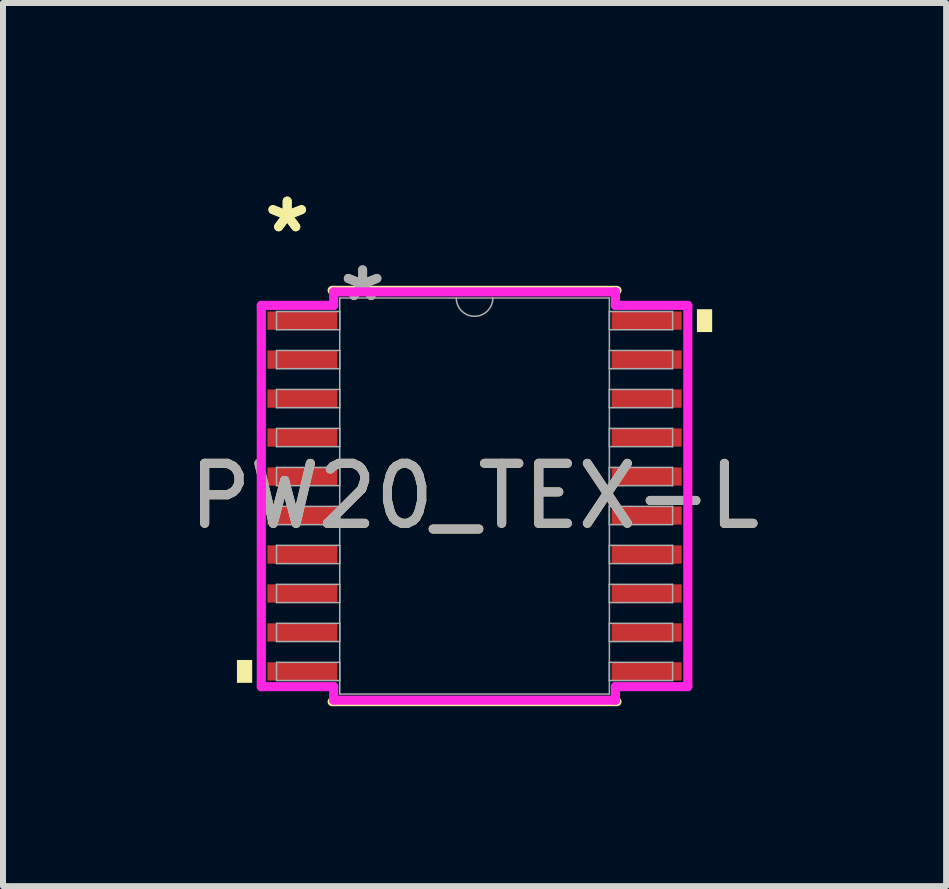
<source format=kicad_pcb>
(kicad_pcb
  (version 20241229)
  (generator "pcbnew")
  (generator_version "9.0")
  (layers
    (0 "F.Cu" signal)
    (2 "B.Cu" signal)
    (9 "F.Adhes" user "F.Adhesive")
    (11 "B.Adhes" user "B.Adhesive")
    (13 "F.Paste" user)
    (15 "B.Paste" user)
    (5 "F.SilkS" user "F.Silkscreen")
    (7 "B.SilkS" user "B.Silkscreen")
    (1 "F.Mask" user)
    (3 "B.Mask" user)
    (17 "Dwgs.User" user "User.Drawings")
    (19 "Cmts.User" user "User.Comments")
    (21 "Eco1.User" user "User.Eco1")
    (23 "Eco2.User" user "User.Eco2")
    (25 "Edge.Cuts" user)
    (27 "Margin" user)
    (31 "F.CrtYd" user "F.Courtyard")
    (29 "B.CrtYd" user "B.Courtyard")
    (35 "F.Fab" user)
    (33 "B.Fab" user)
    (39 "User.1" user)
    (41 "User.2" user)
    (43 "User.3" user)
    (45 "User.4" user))
  (footprint "PW20_TEX-L"
    (layer "F.Cu")
    (at 4.863 5.221)
    (property "Reference" "PW20_TEX-L" (at 0 0 0) (unlocked yes) (layer "F.SilkS") (effects (font (size 1 1) (thickness 0.15))))
    (attr smd)
    (fp_line (start -2.375 3.429) (end 2.375 3.429) (stroke (width 0.152) (type solid)) (layer "F.SilkS"))
    (fp_line (start 2.375 -3.429) (end -2.375 -3.429) (stroke (width 0.152) (type solid)) (layer "F.SilkS"))
    (fp_poly (pts (xy -3.962 2.734) (xy -3.962 3.115) (xy -3.708 3.115) (xy -3.708 2.734)) (stroke (width 0) (type solid)) (fill yes) (layer "F.SilkS"))
    (fp_poly (pts (xy 3.962 -3.115) (xy 3.962 -2.734) (xy 3.708 -2.734) (xy 3.708 -3.115)) (stroke (width 0) (type solid)) (fill yes) (layer "F.SilkS"))
    (fp_line (start -3.556 -3.179) (end -2.349 -3.179) (stroke (width 0.152) (type solid)) (layer "F.CrtYd"))
    (fp_line (start -3.556 3.179) (end -3.556 -3.179) (stroke (width 0.152) (type solid)) (layer "F.CrtYd"))
    (fp_line (start -3.556 3.179) (end -2.349 3.179) (stroke (width 0.152) (type solid)) (layer "F.CrtYd"))
    (fp_line (start -2.349 -3.404) (end 2.349 -3.404) (stroke (width 0.152) (type solid)) (layer "F.CrtYd"))
    (fp_line (start -2.349 -3.179) (end -2.349 -3.404) (stroke (width 0.152) (type solid)) (layer "F.CrtYd"))
    (fp_line (start -2.349 3.404) (end -2.349 3.179) (stroke (width 0.152) (type solid)) (layer "F.CrtYd"))
    (fp_line (start 2.349 -3.404) (end 2.349 -3.179) (stroke (width 0.152) (type solid)) (layer "F.CrtYd"))
    (fp_line (start 2.349 3.179) (end 2.349 3.404) (stroke (width 0.152) (type solid)) (layer "F.CrtYd"))
    (fp_line (start 2.349 3.404) (end -2.349 3.404) (stroke (width 0.152) (type solid)) (layer "F.CrtYd"))
    (fp_line (start 3.556 -3.179) (end 2.349 -3.179) (stroke (width 0.152) (type solid)) (layer "F.CrtYd"))
    (fp_line (start 3.556 -3.179) (end 3.556 3.179) (stroke (width 0.152) (type solid)) (layer "F.CrtYd"))
    (fp_line (start 3.556 3.179) (end 2.349 3.179) (stroke (width 0.152) (type solid)) (layer "F.CrtYd"))
    (fp_line (start -3.302 -3.077) (end -3.302 -2.773) (stroke (width 0.025) (type solid)) (layer "F.Fab"))
    (fp_line (start -3.302 -2.773) (end -2.248 -2.773) (stroke (width 0.025) (type solid)) (layer "F.Fab"))
    (fp_line (start -3.302 -2.427) (end -3.302 -2.123) (stroke (width 0.025) (type solid)) (layer "F.Fab"))
    (fp_line (start -3.302 -2.123) (end -2.248 -2.123) (stroke (width 0.025) (type solid)) (layer "F.Fab"))
    (fp_line (start -3.302 -1.777) (end -3.302 -1.473) (stroke (width 0.025) (type solid)) (layer "F.Fab"))
    (fp_line (start -3.302 -1.473) (end -2.248 -1.473) (stroke (width 0.025) (type solid)) (layer "F.Fab"))
    (fp_line (start -3.302 -1.127) (end -3.302 -0.823) (stroke (width 0.025) (type solid)) (layer "F.Fab"))
    (fp_line (start -3.302 -0.823) (end -2.248 -0.823) (stroke (width 0.025) (type solid)) (layer "F.Fab"))
    (fp_line (start -3.302 -0.477) (end -3.302 -0.173) (stroke (width 0.025) (type solid)) (layer "F.Fab"))
    (fp_line (start -3.302 -0.173) (end -2.248 -0.173) (stroke (width 0.025) (type solid)) (layer "F.Fab"))
    (fp_line (start -3.302 0.173) (end -3.302 0.477) (stroke (width 0.025) (type solid)) (layer "F.Fab"))
    (fp_line (start -3.302 0.477) (end -2.248 0.477) (stroke (width 0.025) (type solid)) (layer "F.Fab"))
    (fp_line (start -3.302 0.823) (end -3.302 1.127) (stroke (width 0.025) (type solid)) (layer "F.Fab"))
    (fp_line (start -3.302 1.127) (end -2.248 1.127) (stroke (width 0.025) (type solid)) (layer "F.Fab"))
    (fp_line (start -3.302 1.473) (end -3.302 1.777) (stroke (width 0.025) (type solid)) (layer "F.Fab"))
    (fp_line (start -3.302 1.777) (end -2.248 1.777) (stroke (width 0.025) (type solid)) (layer "F.Fab"))
    (fp_line (start -3.302 2.123) (end -3.302 2.427) (stroke (width 0.025) (type solid)) (layer "F.Fab"))
    (fp_line (start -3.302 2.427) (end -2.248 2.427) (stroke (width 0.025) (type solid)) (layer "F.Fab"))
    (fp_line (start -3.302 2.773) (end -3.302 3.077) (stroke (width 0.025) (type solid)) (layer "F.Fab"))
    (fp_line (start -3.302 3.077) (end -2.248 3.077) (stroke (width 0.025) (type solid)) (layer "F.Fab"))
    (fp_line (start -2.248 -3.302) (end -2.248 3.302) (stroke (width 0.025) (type solid)) (layer "F.Fab"))
    (fp_line (start -2.248 -3.077) (end -3.302 -3.077) (stroke (width 0.025) (type solid)) (layer "F.Fab"))
    (fp_line (start -2.248 -2.773) (end -2.248 -3.077) (stroke (width 0.025) (type solid)) (layer "F.Fab"))
    (fp_line (start -2.248 -2.427) (end -3.302 -2.427) (stroke (width 0.025) (type solid)) (layer "F.Fab"))
    (fp_line (start -2.248 -2.123) (end -2.248 -2.427) (stroke (width 0.025) (type solid)) (layer "F.Fab"))
    (fp_line (start -2.248 -1.777) (end -3.302 -1.777) (stroke (width 0.025) (type solid)) (layer "F.Fab"))
    (fp_line (start -2.248 -1.473) (end -2.248 -1.777) (stroke (width 0.025) (type solid)) (layer "F.Fab"))
    (fp_line (start -2.248 -1.127) (end -3.302 -1.127) (stroke (width 0.025) (type solid)) (layer "F.Fab"))
    (fp_line (start -2.248 -0.823) (end -2.248 -1.127) (stroke (width 0.025) (type solid)) (layer "F.Fab"))
    (fp_line (start -2.248 -0.477) (end -3.302 -0.477) (stroke (width 0.025) (type solid)) (layer "F.Fab"))
    (fp_line (start -2.248 -0.173) (end -2.248 -0.477) (stroke (width 0.025) (type solid)) (layer "F.Fab"))
    (fp_line (start -2.248 0.173) (end -3.302 0.173) (stroke (width 0.025) (type solid)) (layer "F.Fab"))
    (fp_line (start -2.248 0.477) (end -2.248 0.173) (stroke (width 0.025) (type solid)) (layer "F.Fab"))
    (fp_line (start -2.248 0.823) (end -3.302 0.823) (stroke (width 0.025) (type solid)) (layer "F.Fab"))
    (fp_line (start -2.248 1.127) (end -2.248 0.823) (stroke (width 0.025) (type solid)) (layer "F.Fab"))
    (fp_line (start -2.248 1.473) (end -3.302 1.473) (stroke (width 0.025) (type solid)) (layer "F.Fab"))
    (fp_line (start -2.248 1.777) (end -2.248 1.473) (stroke (width 0.025) (type solid)) (layer "F.Fab"))
    (fp_line (start -2.248 2.123) (end -3.302 2.123) (stroke (width 0.025) (type solid)) (layer "F.Fab"))
    (fp_line (start -2.248 2.427) (end -2.248 2.123) (stroke (width 0.025) (type solid)) (layer "F.Fab"))
    (fp_line (start -2.248 2.773) (end -3.302 2.773) (stroke (width 0.025) (type solid)) (layer "F.Fab"))
    (fp_line (start -2.248 3.077) (end -2.248 2.773) (stroke (width 0.025) (type solid)) (layer "F.Fab"))
    (fp_line (start -2.248 3.302) (end 2.248 3.302) (stroke (width 0.025) (type solid)) (layer "F.Fab"))
    (fp_line (start 2.248 -3.302) (end -2.248 -3.302) (stroke (width 0.025) (type solid)) (layer "F.Fab"))
    (fp_line (start 2.248 -3.077) (end 2.248 -2.773) (stroke (width 0.025) (type solid)) (layer "F.Fab"))
    (fp_line (start 2.248 -2.773) (end 3.302 -2.773) (stroke (width 0.025) (type solid)) (layer "F.Fab"))
    (fp_line (start 2.248 -2.427) (end 2.248 -2.123) (stroke (width 0.025) (type solid)) (layer "F.Fab"))
    (fp_line (start 2.248 -2.123) (end 3.302 -2.123) (stroke (width 0.025) (type solid)) (layer "F.Fab"))
    (fp_line (start 2.248 -1.777) (end 2.248 -1.473) (stroke (width 0.025) (type solid)) (layer "F.Fab"))
    (fp_line (start 2.248 -1.473) (end 3.302 -1.473) (stroke (width 0.025) (type solid)) (layer "F.Fab"))
    (fp_line (start 2.248 -1.127) (end 2.248 -0.823) (stroke (width 0.025) (type solid)) (layer "F.Fab"))
    (fp_line (start 2.248 -0.823) (end 3.302 -0.823) (stroke (width 0.025) (type solid)) (layer "F.Fab"))
    (fp_line (start 2.248 -0.477) (end 2.248 -0.173) (stroke (width 0.025) (type solid)) (layer "F.Fab"))
    (fp_line (start 2.248 -0.173) (end 3.302 -0.173) (stroke (width 0.025) (type solid)) (layer "F.Fab"))
    (fp_line (start 2.248 0.173) (end 2.248 0.477) (stroke (width 0.025) (type solid)) (layer "F.Fab"))
    (fp_line (start 2.248 0.477) (end 3.302 0.477) (stroke (width 0.025) (type solid)) (layer "F.Fab"))
    (fp_line (start 2.248 0.823) (end 2.248 1.127) (stroke (width 0.025) (type solid)) (layer "F.Fab"))
    (fp_line (start 2.248 1.127) (end 3.302 1.127) (stroke (width 0.025) (type solid)) (layer "F.Fab"))
    (fp_line (start 2.248 1.473) (end 2.248 1.777) (stroke (width 0.025) (type solid)) (layer "F.Fab"))
    (fp_line (start 2.248 1.777) (end 3.302 1.777) (stroke (width 0.025) (type solid)) (layer "F.Fab"))
    (fp_line (start 2.248 2.123) (end 2.248 2.427) (stroke (width 0.025) (type solid)) (layer "F.Fab"))
    (fp_line (start 2.248 2.427) (end 3.302 2.427) (stroke (width 0.025) (type solid)) (layer "F.Fab"))
    (fp_line (start 2.248 2.773) (end 2.248 3.077) (stroke (width 0.025) (type solid)) (layer "F.Fab"))
    (fp_line (start 2.248 3.077) (end 3.302 3.077) (stroke (width 0.025) (type solid)) (layer "F.Fab"))
    (fp_line (start 2.248 3.302) (end 2.248 -3.302) (stroke (width 0.025) (type solid)) (layer "F.Fab"))
    (fp_line (start 3.302 -3.077) (end 2.248 -3.077) (stroke (width 0.025) (type solid)) (layer "F.Fab"))
    (fp_line (start 3.302 -2.773) (end 3.302 -3.077) (stroke (width 0.025) (type solid)) (layer "F.Fab"))
    (fp_line (start 3.302 -2.427) (end 2.248 -2.427) (stroke (width 0.025) (type solid)) (layer "F.Fab"))
    (fp_line (start 3.302 -2.123) (end 3.302 -2.427) (stroke (width 0.025) (type solid)) (layer "F.Fab"))
    (fp_line (start 3.302 -1.777) (end 2.248 -1.777) (stroke (width 0.025) (type solid)) (layer "F.Fab"))
    (fp_line (start 3.302 -1.473) (end 3.302 -1.777) (stroke (width 0.025) (type solid)) (layer "F.Fab"))
    (fp_line (start 3.302 -1.127) (end 2.248 -1.127) (stroke (width 0.025) (type solid)) (layer "F.Fab"))
    (fp_line (start 3.302 -0.823) (end 3.302 -1.127) (stroke (width 0.025) (type solid)) (layer "F.Fab"))
    (fp_line (start 3.302 -0.477) (end 2.248 -0.477) (stroke (width 0.025) (type solid)) (layer "F.Fab"))
    (fp_line (start 3.302 -0.173) (end 3.302 -0.477) (stroke (width 0.025) (type solid)) (layer "F.Fab"))
    (fp_line (start 3.302 0.173) (end 2.248 0.173) (stroke (width 0.025) (type solid)) (layer "F.Fab"))
    (fp_line (start 3.302 0.477) (end 3.302 0.173) (stroke (width 0.025) (type solid)) (layer "F.Fab"))
    (fp_line (start 3.302 0.823) (end 2.248 0.823) (stroke (width 0.025) (type solid)) (layer "F.Fab"))
    (fp_line (start 3.302 1.127) (end 3.302 0.823) (stroke (width 0.025) (type solid)) (layer "F.Fab"))
    (fp_line (start 3.302 1.473) (end 2.248 1.473) (stroke (width 0.025) (type solid)) (layer "F.Fab"))
    (fp_line (start 3.302 1.777) (end 3.302 1.473) (stroke (width 0.025) (type solid)) (layer "F.Fab"))
    (fp_line (start 3.302 2.123) (end 2.248 2.123) (stroke (width 0.025) (type solid)) (layer "F.Fab"))
    (fp_line (start 3.302 2.427) (end 3.302 2.123) (stroke (width 0.025) (type solid)) (layer "F.Fab"))
    (fp_line (start 3.302 2.773) (end 2.248 2.773) (stroke (width 0.025) (type solid)) (layer "F.Fab"))
    (fp_line (start 3.302 3.077) (end 3.302 2.773) (stroke (width 0.025) (type solid)) (layer "F.Fab"))
    (fp_arc (start 0.3048 -3.302) (mid 0 -2.9972) (end -0.3048 -3.302) (stroke (width 0.0254) (type solid)) (layer "F.Fab"))
    (fp_text user "*" (at -3.124 -4.373 0) (unlocked yes) (layer "F.SilkS") (effects (font (size 1 1) (thickness 0.15))))
    (fp_text user "*" (at -3.124 -4.373 0) (layer "F.SilkS") (effects (font (size 1 1) (thickness 0.15))))
    (fp_text user "*" (at -1.867 -3.226 0) (unlocked yes) (layer "F.Fab") (effects (font (size 1 1) (thickness 0.15))))
    (fp_text user "${REFERENCE}" (at 0 0 0) (unlocked yes) (layer "F.Fab") (effects (font (size 1 1) (thickness 0.15))))
    (fp_text user "*" (at -1.867 -3.226 0) (layer "F.Fab") (effects (font (size 1 1) (thickness 0.15))))
    (pad "1" smd rect (at -2.87 -2.925) (size 1.168 0.305) (layers "F.Cu" "F.Mask" "F.Paste"))
    (pad "2" smd rect (at -2.87 -2.275) (size 1.168 0.305) (layers "F.Cu" "F.Mask" "F.Paste"))
    (pad "3" smd rect (at -2.87 -1.625) (size 1.168 0.305) (layers "F.Cu" "F.Mask" "F.Paste"))
    (pad "4" smd rect (at -2.87 -0.975) (size 1.168 0.305) (layers "F.Cu" "F.Mask" "F.Paste"))
    (pad "5" smd rect (at -2.87 -0.325) (size 1.168 0.305) (layers "F.Cu" "F.Mask" "F.Paste"))
    (pad "6" smd rect (at -2.87 0.325) (size 1.168 0.305) (layers "F.Cu" "F.Mask" "F.Paste"))
    (pad "7" smd rect (at -2.87 0.975) (size 1.168 0.305) (layers "F.Cu" "F.Mask" "F.Paste"))
    (pad "8" smd rect (at -2.87 1.625) (size 1.168 0.305) (layers "F.Cu" "F.Mask" "F.Paste"))
    (pad "9" smd rect (at -2.87 2.275) (size 1.168 0.305) (layers "F.Cu" "F.Mask" "F.Paste"))
    (pad "10" smd rect (at -2.87 2.925) (size 1.168 0.305) (layers "F.Cu" "F.Mask" "F.Paste"))
    (pad "11" smd rect (at 2.87 2.925) (size 1.168 0.305) (layers "F.Cu" "F.Mask" "F.Paste"))
    (pad "12" smd rect (at 2.87 2.275) (size 1.168 0.305) (layers "F.Cu" "F.Mask" "F.Paste"))
    (pad "13" smd rect (at 2.87 1.625) (size 1.168 0.305) (layers "F.Cu" "F.Mask" "F.Paste"))
    (pad "14" smd rect (at 2.87 0.975) (size 1.168 0.305) (layers "F.Cu" "F.Mask" "F.Paste"))
    (pad "15" smd rect (at 2.87 0.325) (size 1.168 0.305) (layers "F.Cu" "F.Mask" "F.Paste"))
    (pad "16" smd rect (at 2.87 -0.325) (size 1.168 0.305) (layers "F.Cu" "F.Mask" "F.Paste"))
    (pad "17" smd rect (at 2.87 -0.975) (size 1.168 0.305) (layers "F.Cu" "F.Mask" "F.Paste"))
    (pad "18" smd rect (at 2.87 -1.625) (size 1.168 0.305) (layers "F.Cu" "F.Mask" "F.Paste"))
    (pad "19" smd rect (at 2.87 -2.275) (size 1.168 0.305) (layers "F.Cu" "F.Mask" "F.Paste"))
    (pad "20" smd rect (at 2.87 -2.925) (size 1.168 0.305) (layers "F.Cu" "F.Mask" "F.Paste")))
  (gr_rect
    (start -3 -3)
    (end 12.726 11.726)
    (stroke (width 0.1) (type default))
    (fill no)
    (layer "Edge.Cuts")))
</source>
